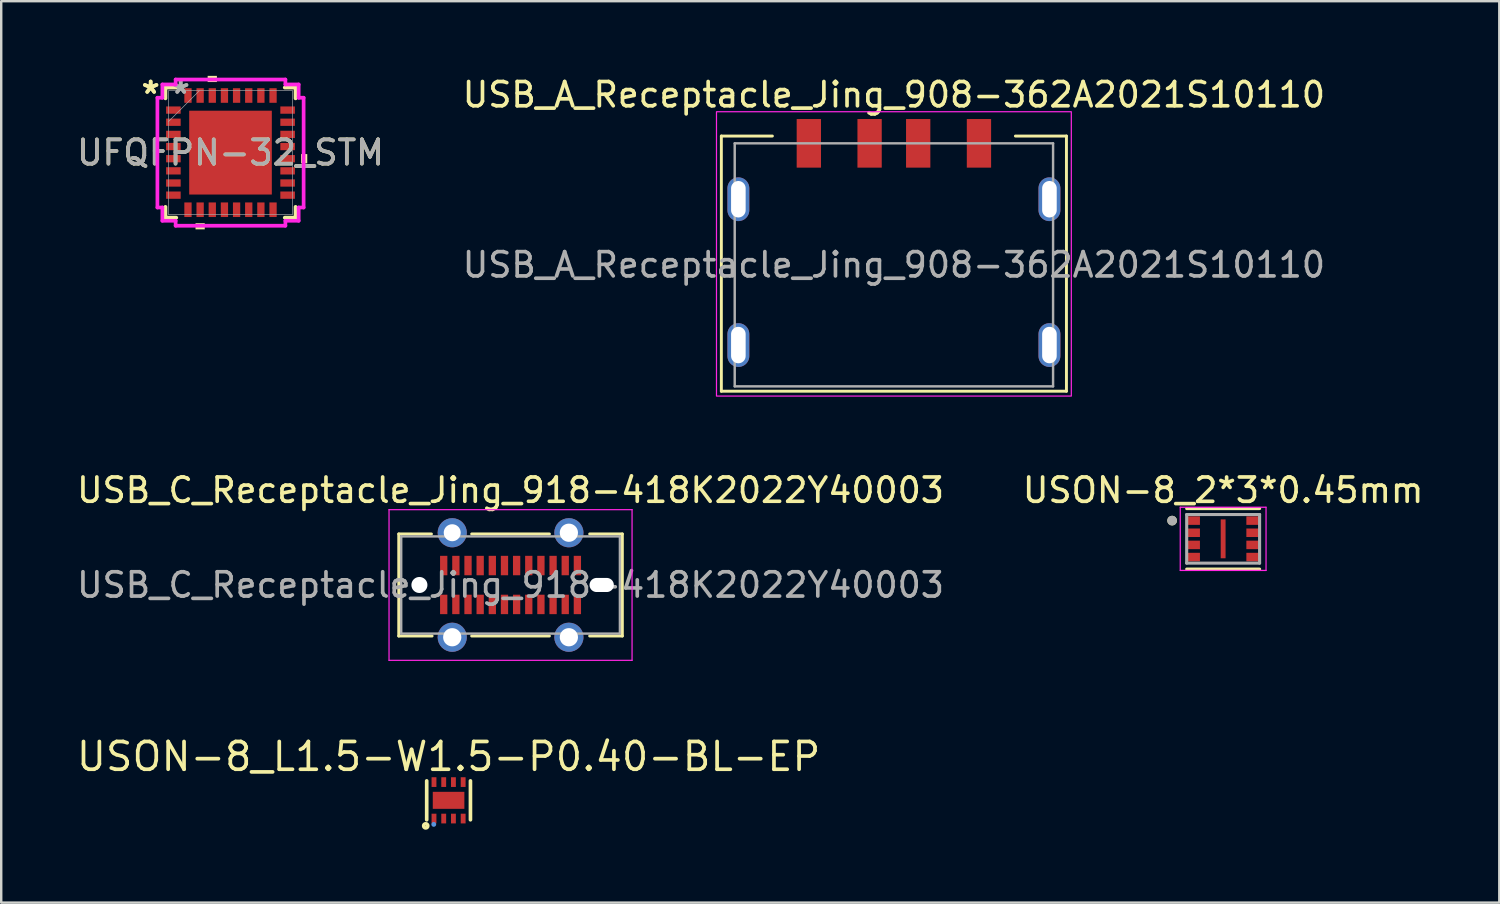
<source format=kicad_pcb>
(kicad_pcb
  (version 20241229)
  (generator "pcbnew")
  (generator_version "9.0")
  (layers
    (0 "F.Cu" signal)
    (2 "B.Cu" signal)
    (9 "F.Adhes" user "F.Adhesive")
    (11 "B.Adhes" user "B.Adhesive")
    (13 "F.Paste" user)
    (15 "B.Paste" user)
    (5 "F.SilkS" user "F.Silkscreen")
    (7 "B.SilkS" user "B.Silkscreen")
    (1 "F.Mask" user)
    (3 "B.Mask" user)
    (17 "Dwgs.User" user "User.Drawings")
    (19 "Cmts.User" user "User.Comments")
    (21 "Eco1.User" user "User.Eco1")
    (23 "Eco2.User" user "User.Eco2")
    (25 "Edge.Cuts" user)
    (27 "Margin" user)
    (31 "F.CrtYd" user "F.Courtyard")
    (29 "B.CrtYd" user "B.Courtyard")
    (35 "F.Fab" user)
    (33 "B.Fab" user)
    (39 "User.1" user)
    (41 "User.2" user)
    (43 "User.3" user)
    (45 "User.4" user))
  (footprint "USB_A_Receptacle_Jing_908-362A2021S10110"
    (layer "F.Cu")
    (at 33.732 7.848)
    (property "Reference" "USB_A_Receptacle_Jing_908-362A2021S10110" (at 0 -7 0) (layer "F.SilkS") (effects (font (size 1 1) (thickness 0.15))))
    (attr smd)
    (fp_line (start -7.1 -5.3) (end -7.1 5.2) (stroke (width 0.12) (type solid)) (layer "F.SilkS"))
    (fp_line (start -5 -5.3) (end -7.1 -5.3) (stroke (width 0.12) (type solid)) (layer "F.SilkS"))
    (fp_line (start 7.1 -5.3) (end 5 -5.3) (stroke (width 0.12) (type solid)) (layer "F.SilkS"))
    (fp_line (start 7.1 -5.3) (end 7.1 5.2) (stroke (width 0.12) (type solid)) (layer "F.SilkS"))
    (fp_line (start 7.1 5.2) (end -7.1 5.2) (stroke (width 0.12) (type solid)) (layer "F.SilkS"))
    (fp_rect (start -7.3 -6.3) (end 7.3 5.4) (stroke (width 0.05) (type default)) (fill no) (layer "F.CrtYd"))
    (fp_line (start -6.55 -5) (end -6.55 5) (stroke (width 0.1) (type solid)) (layer "F.Fab"))
    (fp_line (start -6.55 -5) (end 6.55 -5) (stroke (width 0.1) (type solid)) (layer "F.Fab"))
    (fp_line (start -6.55 5) (end 6.55 5) (stroke (width 0.1) (type solid)) (layer "F.Fab"))
    (fp_line (start 6.55 5) (end 6.55 -5) (stroke (width 0.1) (type solid)) (layer "F.Fab"))
    (fp_text user "${REFERENCE}" (at 0 0 0) (layer "F.Fab") (effects (font (size 1 1) (thickness 0.15))))
    (pad "1" smd rect (at -3.5 -5) (size 1 2) (layers "F.Cu" "F.Mask" "F.Paste"))
    (pad "2" smd rect (at -1 -5) (size 1 2) (layers "F.Cu" "F.Mask" "F.Paste"))
    (pad "3" smd rect (at 1 -5) (size 1 2) (layers "F.Cu" "F.Mask" "F.Paste"))
    (pad "4" smd rect (at 3.5 -5) (size 1 2) (layers "F.Cu" "F.Mask" "F.Paste"))
    (pad "5" thru_hole oval (at -6.4 -2.7) (size 0.9 1.8) (drill oval 0.6 1.5) (layers "*.Cu" "*.Mask"))
    (pad "5" thru_hole oval (at -6.4 3.3) (size 0.9 1.8) (drill oval 0.6 1.5) (layers "*.Cu" "*.Mask"))
    (pad "5" thru_hole oval (at 6.4 -2.7) (size 0.9 1.8) (drill oval 0.6 1.5) (layers "*.Cu" "*.Mask"))
    (pad "5" thru_hole oval (at 6.4 3.3) (size 0.9 1.8) (drill oval 0.6 1.5) (layers "*.Cu" "*.Mask")))
  (footprint "UFQFPN-32_STM"
    (layer "F.Cu")
    (at 6.435 3.23)
    (property "Reference" "UFQFPN-32_STM" (at 0 0 0) (unlocked yes) (layer "F.SilkS") (effects (font (size 1 1) (thickness 0.15))))
    (attr smd)
    (fp_line (start -2.677 -2.677) (end -2.677 -2.232) (stroke (width 0.152) (type solid)) (layer "F.SilkS"))
    (fp_line (start -2.677 2.232) (end -2.677 2.677) (stroke (width 0.152) (type solid)) (layer "F.SilkS"))
    (fp_line (start -2.677 2.677) (end -2.232 2.677) (stroke (width 0.152) (type solid)) (layer "F.SilkS"))
    (fp_line (start -2.232 -2.677) (end -2.677 -2.677) (stroke (width 0.152) (type solid)) (layer "F.SilkS"))
    (fp_line (start 2.232 2.677) (end 2.677 2.677) (stroke (width 0.152) (type solid)) (layer "F.SilkS"))
    (fp_line (start 2.677 -2.677) (end 2.232 -2.677) (stroke (width 0.152) (type solid)) (layer "F.SilkS"))
    (fp_line (start 2.677 -2.232) (end 2.677 -2.677) (stroke (width 0.152) (type solid)) (layer "F.SilkS"))
    (fp_line (start 2.677 2.677) (end 2.677 2.232) (stroke (width 0.152) (type solid)) (layer "F.SilkS"))
    (fp_poly (pts (xy -1.44 2.904) (xy -1.44 3.158) (xy -1.06 3.158) (xy -1.06 2.904)) (stroke (width 0) (type solid)) (fill yes) (layer "F.SilkS"))
    (fp_poly (pts (xy -0.941 -2.904) (xy -0.941 -3.158) (xy -0.56 -3.158) (xy -0.56 -2.904)) (stroke (width 0) (type solid)) (fill yes) (layer "F.SilkS"))
    (fp_poly (pts (xy 3.158 0.06) (xy 3.158 0.441) (xy 2.904 0.441) (xy 2.904 0.06)) (stroke (width 0) (type solid)) (fill yes) (layer "F.SilkS"))
    (fp_poly (pts (xy -1.6 -1.625) (xy -1.6 -0.1) (xy -0.1 -0.1) (xy -0.1 -1.625)) (stroke (width 0) (type solid)) (fill yes) (layer "F.Paste"))
    (fp_poly (pts (xy -1.6 0.1) (xy -1.6 1.625) (xy -0.1 1.625) (xy -0.1 0.1)) (stroke (width 0) (type solid)) (fill yes) (layer "F.Paste"))
    (fp_poly (pts (xy 0.1 -1.625) (xy 0.1 -0.1) (xy 1.6 -0.1) (xy 1.6 -1.625)) (stroke (width 0) (type solid)) (fill yes) (layer "F.Paste"))
    (fp_poly (pts (xy 0.1 0.1) (xy 0.1 1.625) (xy 1.6 1.625) (xy 1.6 0.1)) (stroke (width 0) (type solid)) (fill yes) (layer "F.Paste"))
    (fp_line (start -3.008 -2.258) (end -2.804 -2.258) (stroke (width 0.152) (type solid)) (layer "F.CrtYd"))
    (fp_line (start -3.008 2.258) (end -3.008 -2.258) (stroke (width 0.152) (type solid)) (layer "F.CrtYd"))
    (fp_line (start -2.804 -2.804) (end -2.258 -2.804) (stroke (width 0.152) (type solid)) (layer "F.CrtYd"))
    (fp_line (start -2.804 -2.258) (end -2.804 -2.804) (stroke (width 0.152) (type solid)) (layer "F.CrtYd"))
    (fp_line (start -2.804 2.258) (end -3.008 2.258) (stroke (width 0.152) (type solid)) (layer "F.CrtYd"))
    (fp_line (start -2.804 2.804) (end -2.804 2.258) (stroke (width 0.152) (type solid)) (layer "F.CrtYd"))
    (fp_line (start -2.258 -3.008) (end 2.258 -3.008) (stroke (width 0.152) (type solid)) (layer "F.CrtYd"))
    (fp_line (start -2.258 -2.804) (end -2.258 -3.008) (stroke (width 0.152) (type solid)) (layer "F.CrtYd"))
    (fp_line (start -2.258 2.804) (end -2.804 2.804) (stroke (width 0.152) (type solid)) (layer "F.CrtYd"))
    (fp_line (start -2.258 3.008) (end -2.258 2.804) (stroke (width 0.152) (type solid)) (layer "F.CrtYd"))
    (fp_line (start 2.258 -3.008) (end 2.258 -2.804) (stroke (width 0.152) (type solid)) (layer "F.CrtYd"))
    (fp_line (start 2.258 -2.804) (end 2.804 -2.804) (stroke (width 0.152) (type solid)) (layer "F.CrtYd"))
    (fp_line (start 2.258 2.804) (end 2.258 3.008) (stroke (width 0.152) (type solid)) (layer "F.CrtYd"))
    (fp_line (start 2.258 3.008) (end -2.258 3.008) (stroke (width 0.152) (type solid)) (layer "F.CrtYd"))
    (fp_line (start 2.804 -2.804) (end 2.804 -2.258) (stroke (width 0.152) (type solid)) (layer "F.CrtYd"))
    (fp_line (start 2.804 -2.258) (end 3.008 -2.258) (stroke (width 0.152) (type solid)) (layer "F.CrtYd"))
    (fp_line (start 2.804 2.258) (end 2.804 2.804) (stroke (width 0.152) (type solid)) (layer "F.CrtYd"))
    (fp_line (start 2.804 2.804) (end 2.258 2.804) (stroke (width 0.152) (type solid)) (layer "F.CrtYd"))
    (fp_line (start 3.008 -2.258) (end 3.008 2.258) (stroke (width 0.152) (type solid)) (layer "F.CrtYd"))
    (fp_line (start 3.008 2.258) (end 2.804 2.258) (stroke (width 0.152) (type solid)) (layer "F.CrtYd"))
    (fp_line (start -2.55 -2.55) (end -2.55 2.55) (stroke (width 0.025) (type solid)) (layer "F.Fab"))
    (fp_line (start -2.55 -1.28) (end -1.28 -2.55) (stroke (width 0.025) (type solid)) (layer "F.Fab"))
    (fp_line (start -2.55 2.55) (end 2.55 2.55) (stroke (width 0.025) (type solid)) (layer "F.Fab"))
    (fp_line (start 2.55 -2.55) (end -2.55 -2.55) (stroke (width 0.025) (type solid)) (layer "F.Fab"))
    (fp_line (start 2.55 2.55) (end 2.55 -2.55) (stroke (width 0.025) (type solid)) (layer "F.Fab"))
    (fp_text user "*" (at -3.285 -2.382 0) (layer "F.SilkS") (effects (font (size 1 1) (thickness 0.15))))
    (fp_text user "*" (at -3.285 -2.382 0) (unlocked yes) (layer "F.SilkS") (effects (font (size 1 1) (thickness 0.15))))
    (fp_text user "*" (at -2.05 -2.382 0) (unlocked yes) (layer "F.Fab") (effects (font (size 1 1) (thickness 0.15))))
    (fp_text user "${REFERENCE}" (at 0 0 0) (unlocked yes) (layer "F.Fab") (effects (font (size 1 1) (thickness 0.15))))
    (fp_text user "*" (at -2.05 -2.382 0) (layer "F.Fab") (effects (font (size 1 1) (thickness 0.15))))
    (pad "1" smd rect (at -2.35 -1.75 90) (size 0.3 0.6) (layers "F.Cu" "F.Mask"))
    (pad "2" smd rect (at -2.35 -1.25 90) (size 0.3 0.6) (layers "F.Cu" "F.Mask"))
    (pad "3" smd rect (at -2.35 -0.75 90) (size 0.3 0.6) (layers "F.Cu" "F.Mask"))
    (pad "4" smd rect (at -2.35 -0.25 90) (size 0.3 0.6) (layers "F.Cu" "F.Mask"))
    (pad "5" smd rect (at -2.35 0.25 90) (size 0.3 0.6) (layers "F.Cu" "F.Mask"))
    (pad "6" smd rect (at -2.35 0.75 90) (size 0.3 0.6) (layers "F.Cu" "F.Mask"))
    (pad "7" smd rect (at -2.35 1.25 90) (size 0.3 0.6) (layers "F.Cu" "F.Mask"))
    (pad "8" smd rect (at -2.35 1.75 90) (size 0.3 0.6) (layers "F.Cu" "F.Mask"))
    (pad "9" smd rect (at -1.75 2.35) (size 0.3 0.6) (layers "F.Cu" "F.Mask"))
    (pad "10" smd rect (at -1.25 2.35) (size 0.3 0.6) (layers "F.Cu" "F.Mask"))
    (pad "11" smd rect (at -0.75 2.35) (size 0.3 0.6) (layers "F.Cu" "F.Mask"))
    (pad "12" smd rect (at -0.25 2.35) (size 0.3 0.6) (layers "F.Cu" "F.Mask"))
    (pad "13" smd rect (at 0.25 2.35) (size 0.3 0.6) (layers "F.Cu" "F.Mask"))
    (pad "14" smd rect (at 0.75 2.35) (size 0.3 0.6) (layers "F.Cu" "F.Mask"))
    (pad "15" smd rect (at 1.25 2.35) (size 0.3 0.6) (layers "F.Cu" "F.Mask"))
    (pad "16" smd rect (at 1.75 2.35) (size 0.3 0.6) (layers "F.Cu" "F.Mask"))
    (pad "17" smd rect (at 2.35 1.75 90) (size 0.3 0.6) (layers "F.Cu" "F.Mask"))
    (pad "18" smd rect (at 2.35 1.25 90) (size 0.3 0.6) (layers "F.Cu" "F.Mask"))
    (pad "19" smd rect (at 2.35 0.75 90) (size 0.3 0.6) (layers "F.Cu" "F.Mask"))
    (pad "20" smd rect (at 2.35 0.25 90) (size 0.3 0.6) (layers "F.Cu" "F.Mask"))
    (pad "21" smd rect (at 2.35 -0.25 90) (size 0.3 0.6) (layers "F.Cu" "F.Mask"))
    (pad "22" smd rect (at 2.35 -0.75 90) (size 0.3 0.6) (layers "F.Cu" "F.Mask"))
    (pad "23" smd rect (at 2.35 -1.25 90) (size 0.3 0.6) (layers "F.Cu" "F.Mask"))
    (pad "24" smd rect (at 2.35 -1.75 90) (size 0.3 0.6) (layers "F.Cu" "F.Mask"))
    (pad "25" smd rect (at 1.75 -2.35) (size 0.3 0.6) (layers "F.Cu" "F.Mask"))
    (pad "26" smd rect (at 1.25 -2.35) (size 0.3 0.6) (layers "F.Cu" "F.Mask"))
    (pad "27" smd rect (at 0.75 -2.35) (size 0.3 0.6) (layers "F.Cu" "F.Mask"))
    (pad "28" smd rect (at 0.25 -2.35) (size 0.3 0.6) (layers "F.Cu" "F.Mask"))
    (pad "29" smd rect (at -0.25 -2.35) (size 0.3 0.6) (layers "F.Cu" "F.Mask"))
    (pad "30" smd rect (at -0.75 -2.35) (size 0.3 0.6) (layers "F.Cu" "F.Mask"))
    (pad "31" smd rect (at -1.25 -2.35) (size 0.3 0.6) (layers "F.Cu" "F.Mask"))
    (pad "32" smd rect (at -1.75 -2.35) (size 0.3 0.6) (layers "F.Cu" "F.Mask"))
    (pad "33" smd rect (at 0 0) (size 3.4 3.45) (layers "F.Cu" "F.Mask")))
  (footprint "USON-8_2*3*0.45mm"
    (layer "F.Cu")
    (at 47.28 19.122)
    (property "Reference" "USON-8_2*3*0.45mm" (at 0 -2 0) (layer "F.SilkS") (effects (font (size 1 1) (thickness 0.15))))
    (attr smd)
    (fp_line (start -1.5 -1.245) (end 1.5 -1.245) (stroke (width 0.127) (type solid)) (layer "F.SilkS"))
    (fp_line (start 1.5 1.245) (end -1.5 1.245) (stroke (width 0.127) (type solid)) (layer "F.SilkS"))
    (fp_circle (center -2.1 -0.75) (end -2 -0.75) (stroke (width 0.2) (type solid)) (fill no) (layer "F.SilkS"))
    (fp_poly (pts (xy -0.045 -0.76) (xy 0.045 -0.76) (xy 0.045 -0.02) (xy -0.045 -0.02)) (stroke (width 0.01) (type solid)) (fill yes) (layer "F.Paste"))
    (fp_poly (pts (xy -0.045 0.02) (xy 0.045 0.02) (xy 0.045 0.76) (xy -0.045 0.76)) (stroke (width 0.01) (type solid)) (fill yes) (layer "F.Paste"))
    (fp_line (start -1.765 -1.3) (end -1.765 1.3) (stroke (width 0.05) (type solid)) (layer "F.CrtYd"))
    (fp_line (start -1.765 1.3) (end 1.765 1.3) (stroke (width 0.05) (type solid)) (layer "F.CrtYd"))
    (fp_line (start 1.765 -1.3) (end -1.765 -1.3) (stroke (width 0.05) (type solid)) (layer "F.CrtYd"))
    (fp_line (start 1.765 1.3) (end 1.765 -1.3) (stroke (width 0.05) (type solid)) (layer "F.CrtYd"))
    (fp_line (start -1.5 -1) (end 1.5 -1) (stroke (width 0.127) (type solid)) (layer "F.Fab"))
    (fp_line (start -1.5 1) (end -1.5 -1) (stroke (width 0.127) (type solid)) (layer "F.Fab"))
    (fp_line (start 1.5 -1) (end 1.5 1) (stroke (width 0.127) (type solid)) (layer "F.Fab"))
    (fp_line (start 1.5 1) (end -1.5 1) (stroke (width 0.127) (type solid)) (layer "F.Fab"))
    (fp_circle (center -2.1 -0.75) (end -2 -0.75) (stroke (width 0.2) (type solid)) (fill no) (layer "F.Fab"))
    (pad "1" smd rect (at -1.235 -0.75) (size 0.56 0.35) (layers "F.Cu" "F.Mask" "F.Paste"))
    (pad "2" smd rect (at -1.235 -0.25) (size 0.56 0.35) (layers "F.Cu" "F.Mask" "F.Paste"))
    (pad "3" smd rect (at -1.235 0.25) (size 0.56 0.35) (layers "F.Cu" "F.Mask" "F.Paste"))
    (pad "4" smd rect (at -1.235 0.75) (size 0.56 0.35) (layers "F.Cu" "F.Mask" "F.Paste"))
    (pad "5" smd rect (at 1.235 0.75) (size 0.56 0.35) (layers "F.Cu" "F.Mask" "F.Paste"))
    (pad "6" smd rect (at 1.235 0.25) (size 0.56 0.35) (layers "F.Cu" "F.Mask" "F.Paste"))
    (pad "7" smd rect (at 1.235 -0.25) (size 0.56 0.35) (layers "F.Cu" "F.Mask" "F.Paste"))
    (pad "8" smd rect (at 1.235 -0.75) (size 0.56 0.35) (layers "F.Cu" "F.Mask" "F.Paste"))
    (pad "9" smd rect (at 0 0) (size 0.2 1.6) (layers "F.Cu" "F.Mask")))
  (footprint "USON-8_L1.5-W1.5-P0.40-BL-EP"
    (layer "F.Cu")
    (at 15.408 29.882)
    (property "Reference" "USON-8_L1.5-W1.5-P0.40-BL-EP" (at 0 -1.8 0) (layer "F.SilkS") (effects (font (size 1.143 1.143) (thickness 0.152))))
    (attr smd)
    (fp_line (start -0.9 -0.8) (end -0.9 0.8) (stroke (width 0.15) (type solid)) (layer "F.SilkS"))
    (fp_line (start 0.9 -0.8) (end 0.9 0.8) (stroke (width 0.15) (type solid)) (layer "F.SilkS"))
    (fp_circle (center -0.94 1.05) (end -0.855 1.05) (stroke (width 0.15) (type solid)) (fill no) (layer "F.SilkS"))
    (fp_circle (center -0.61 0.99) (end -0.56 0.99) (stroke (width 0.1) (type solid)) (fill no) (layer "Cmts.User"))
    (pad "1" smd rect (at -0.6 0.75) (size 0.2 0.4) (layers "F.Cu" "F.Mask" "F.Paste"))
    (pad "2" smd rect (at -0.2 0.75) (size 0.2 0.4) (layers "F.Cu" "F.Mask" "F.Paste"))
    (pad "3" smd rect (at 0.2 0.75) (size 0.2 0.4) (layers "F.Cu" "F.Mask" "F.Paste"))
    (pad "4" smd rect (at 0.6 0.75) (size 0.2 0.4) (layers "F.Cu" "F.Mask" "F.Paste"))
    (pad "5" smd rect (at 0.6 -0.75) (size 0.2 0.4) (layers "F.Cu" "F.Mask" "F.Paste"))
    (pad "6" smd rect (at 0.2 -0.75) (size 0.2 0.4) (layers "F.Cu" "F.Mask" "F.Paste"))
    (pad "7" smd rect (at -0.2 -0.75) (size 0.2 0.4) (layers "F.Cu" "F.Mask" "F.Paste"))
    (pad "8" smd rect (at -0.6 -0.75) (size 0.2 0.4) (layers "F.Cu" "F.Mask" "F.Paste"))
    (pad "9" smd rect (at 0 0 90) (size 0.7 1.3) (layers "F.Cu" "F.Mask" "F.Paste")))
  (footprint "USB_C_Receptacle_Jing_918-418K2022Y40003"
    (layer "F.Cu")
    (at 17.958 21.021)
    (property "Reference" "USB_C_Receptacle_Jing_918-418K2022Y40003" (at 0 -3.9 0) (layer "F.SilkS") (effects (font (size 1 1) (thickness 0.15))))
    (attr smd)
    (fp_line (start -4.6 -2.1) (end -4.6 2.1) (stroke (width 0.12) (type solid)) (layer "F.SilkS"))
    (fp_line (start -3.255 -2.1) (end -4.6 -2.1) (stroke (width 0.12) (type solid)) (layer "F.SilkS"))
    (fp_line (start -3.228 2.1) (end -4.6 2.1) (stroke (width 0.12) (type solid)) (layer "F.SilkS"))
    (fp_line (start 1.6 -2.1) (end -1.6 -2.1) (stroke (width 0.12) (type solid)) (layer "F.SilkS"))
    (fp_line (start 1.6 2.1) (end -1.6 2.1) (stroke (width 0.12) (type solid)) (layer "F.SilkS"))
    (fp_line (start 3.255 -2.1) (end 4.6 -2.1) (stroke (width 0.12) (type solid)) (layer "F.SilkS"))
    (fp_line (start 3.255 2.1) (end 4.6 2.1) (stroke (width 0.12) (type solid)) (layer "F.SilkS"))
    (fp_line (start 4.6 2.1) (end 4.6 -2.1) (stroke (width 0.12) (type solid)) (layer "F.SilkS"))
    (fp_line (start -5 -3.1) (end 5 -3.1) (stroke (width 0.05) (type solid)) (layer "F.CrtYd"))
    (fp_line (start -5 3.1) (end -5 -3.1) (stroke (width 0.05) (type solid)) (layer "F.CrtYd"))
    (fp_line (start 5 -3.1) (end 5 3.1) (stroke (width 0.05) (type solid)) (layer "F.CrtYd"))
    (fp_line (start 5 3.1) (end -5 3.1) (stroke (width 0.05) (type solid)) (layer "F.CrtYd"))
    (fp_line (start -4.5 -2) (end -4.5 2) (stroke (width 0.1) (type solid)) (layer "F.Fab"))
    (fp_line (start -4.5 -2) (end 4.5 -2) (stroke (width 0.1) (type solid)) (layer "F.Fab"))
    (fp_line (start -4.5 2) (end 4.5 2) (stroke (width 0.1) (type solid)) (layer "F.Fab"))
    (fp_line (start 4.5 2) (end 4.5 -2) (stroke (width 0.1) (type solid)) (layer "F.Fab"))
    (fp_text user "${REFERENCE}" (at 0 0 0) (layer "F.Fab") (effects (font (size 1 1) (thickness 0.15))))
    (pad "" np_thru_hole circle (at -3.75 0) (size 0.66 0.66) (drill 0.66) (layers "*.Cu" "*.Mask"))
    (pad "" np_thru_hole oval (at 3.75 0) (size 1 0.58) (drill oval 1 0.58) (layers "*.Cu" "*.Mask"))
    (pad "A1" smd rect (at -2.75 -0.8) (size 0.3 0.8) (layers "F.Cu" "F.Mask" "F.Paste"))
    (pad "A2" smd rect (at -2.25 -0.8) (size 0.3 0.8) (layers "F.Cu" "F.Mask" "F.Paste"))
    (pad "A3" smd rect (at -1.75 -0.8) (size 0.3 0.8) (layers "F.Cu" "F.Mask" "F.Paste"))
    (pad "A4" smd rect (at -1.25 -0.8) (size 0.3 0.8) (layers "F.Cu" "F.Mask" "F.Paste"))
    (pad "A5" smd rect (at -0.75 -0.8) (size 0.3 0.8) (layers "F.Cu" "F.Mask" "F.Paste"))
    (pad "A6" smd rect (at -0.25 -0.8) (size 0.3 0.8) (layers "F.Cu" "F.Mask" "F.Paste"))
    (pad "A7" smd rect (at 0.25 -0.8) (size 0.3 0.8) (layers "F.Cu" "F.Mask" "F.Paste"))
    (pad "A8" smd rect (at 0.75 -0.8) (size 0.3 0.8) (layers "F.Cu" "F.Mask" "F.Paste"))
    (pad "A9" smd rect (at 1.25 -0.8) (size 0.3 0.8) (layers "F.Cu" "F.Mask" "F.Paste"))
    (pad "A10" smd rect (at 1.75 -0.8) (size 0.3 0.8) (layers "F.Cu" "F.Mask" "F.Paste"))
    (pad "A11" smd rect (at 2.25 -0.8) (size 0.3 0.8) (layers "F.Cu" "F.Mask" "F.Paste"))
    (pad "A12" smd rect (at 2.75 -0.8) (size 0.3 0.8) (layers "F.Cu" "F.Mask" "F.Paste"))
    (pad "B1" smd rect (at 2.75 0.8) (size 0.3 0.8) (layers "F.Cu" "F.Mask" "F.Paste"))
    (pad "B2" smd rect (at 2.25 0.8) (size 0.3 0.8) (layers "F.Cu" "F.Mask" "F.Paste"))
    (pad "B3" smd rect (at 1.75 0.8) (size 0.3 0.8) (layers "F.Cu" "F.Mask" "F.Paste"))
    (pad "B4" smd rect (at 1.25 0.8) (size 0.3 0.8) (layers "F.Cu" "F.Mask" "F.Paste"))
    (pad "B5" smd rect (at 0.75 0.8) (size 0.3 0.8) (layers "F.Cu" "F.Mask" "F.Paste"))
    (pad "B6" smd rect (at 0.25 0.8) (size 0.3 0.8) (layers "F.Cu" "F.Mask" "F.Paste"))
    (pad "B7" smd rect (at -0.25 0.8) (size 0.3 0.8) (layers "F.Cu" "F.Mask" "F.Paste"))
    (pad "B8" smd rect (at -0.75 0.8) (size 0.3 0.8) (layers "F.Cu" "F.Mask" "F.Paste"))
    (pad "B9" smd rect (at -1.25 0.8) (size 0.3 0.8) (layers "F.Cu" "F.Mask" "F.Paste"))
    (pad "B10" smd rect (at -1.75 0.8) (size 0.3 0.8) (layers "F.Cu" "F.Mask" "F.Paste"))
    (pad "B11" smd rect (at -2.25 0.8) (size 0.3 0.8) (layers "F.Cu" "F.Mask" "F.Paste"))
    (pad "B12" smd rect (at -2.75 0.8) (size 0.3 0.8) (layers "F.Cu" "F.Mask" "F.Paste"))
    (pad "S1" thru_hole circle (at -2.4 -2.15) (size 1.2 1.2) (drill 0.7) (layers "*.Cu" "*.Mask"))
    (pad "S1" thru_hole circle (at -2.4 2.15) (size 1.2 1.2) (drill 0.75) (layers "*.Cu" "*.Mask"))
    (pad "S1" thru_hole circle (at 2.4 -2.15) (size 1.2 1.2) (drill 0.75) (layers "*.Cu" "*.Mask"))
    (pad "S1" thru_hole circle (at 2.4 2.15) (size 1.2 1.2) (drill 0.75) (layers "*.Cu" "*.Mask")))
  (gr_rect
    (start -3 -3)
    (end 58.643 34.092)
    (stroke (width 0.1) (type default))
    (fill no)
    (layer "Edge.Cuts")))
</source>
